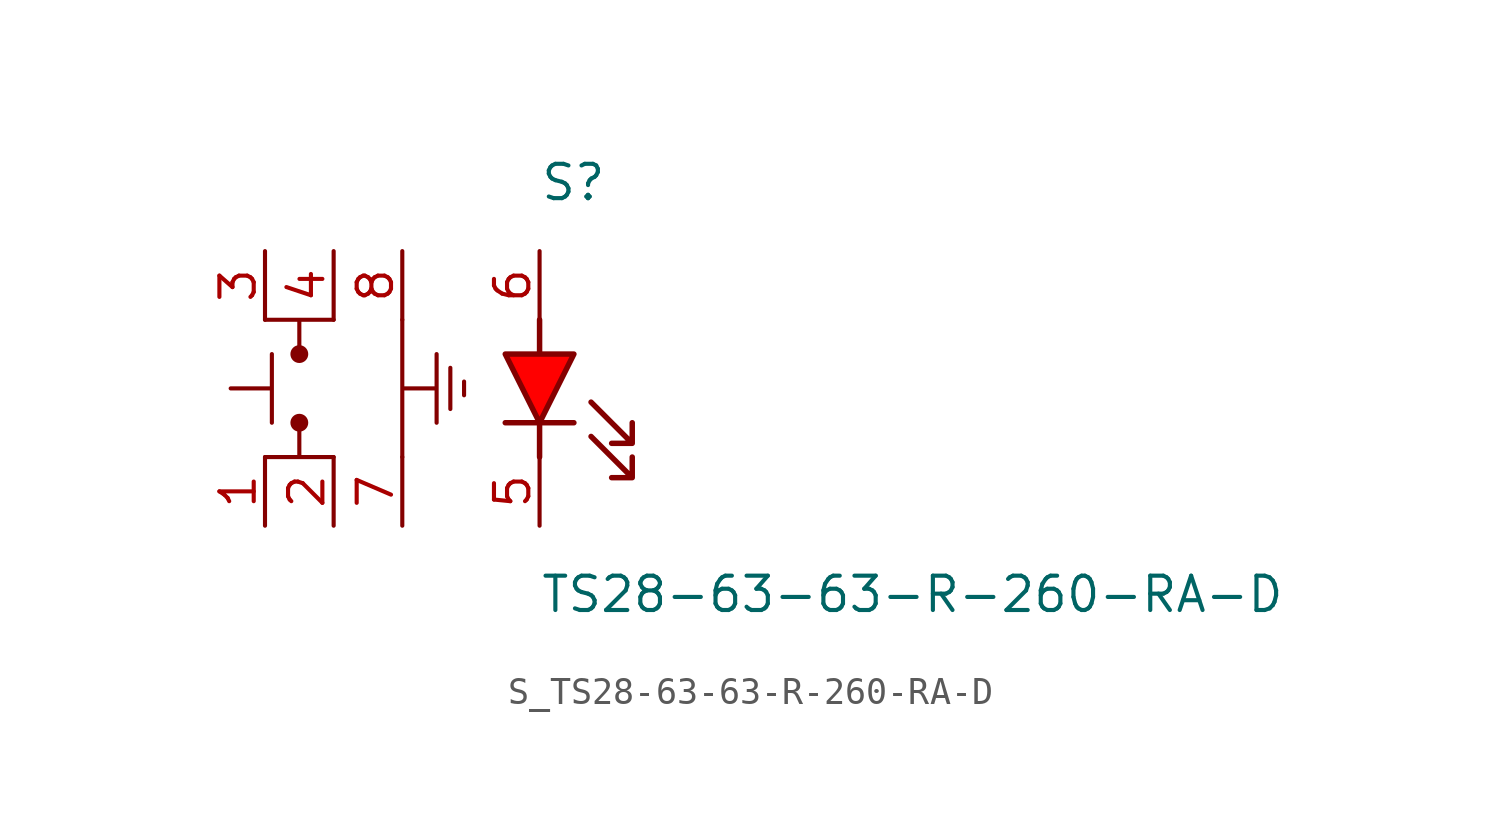
<source format=kicad_sym>
(kicad_symbol_lib
  (version 20231120)
  (generator kicad_symbol_editor)
  (generator_version 8.0)
  (symbol "S_TS28-63-63-R-260-RA-D"
    (pin_names
      (offset 0.254))
    (property "Reference" "S"
      (at 5.08 7.62 0)
      (effects (font (size 1.27 1.27)) (justify left)))
    (property "Value" "TS28-63-63-R-260-RA-D"
      (at 5.08 -7.62 0)
      (effects (font (size 1.27 1.27)) (justify left)))
    (symbol "S_TS28-63-63-R-260-RA-D_0_0"
      (pin unspecified line (at -5.08 5.08 270) (length 2.54) (name "" (effects (font (size 1.27 1.27)))) (number "3" (effects (font (size 1.27 1.27)))))
      (pin unspecified line (at -2.54 5.08 270) (length 2.54) (name "" (effects (font (size 1.27 1.27)))) (number "4" (effects (font (size 1.27 1.27)))))
      (pin unspecified line (at 0 5.08 270) (length 2.54) (name "" (effects (font (size 1.27 1.27)))) (number "8" (effects (font (size 1.27 1.27)))))
      (pin unspecified line (at 5.08 5.08 270) (length 2.54) (name "" (effects (font (size 1.27 1.27)))) (number "6" (effects (font (size 1.27 1.27)))))
      (pin unspecified line (at -5.08 -5.08 90) (length 2.54) (name "" (effects (font (size 1.27 1.27)))) (number "1" (effects (font (size 1.27 1.27)))))
      (pin unspecified line (at -2.54 -5.08 90) (length 2.54) (name "" (effects (font (size 1.27 1.27)))) (number "2" (effects (font (size 1.27 1.27)))))
      (pin unspecified line (at 0 -5.08 90) (length 2.54) (name "" (effects (font (size 1.27 1.27)))) (number "7" (effects (font (size 1.27 1.27)))))
      (pin unspecified line (at 5.08 -5.08 90) (length 2.54) (name "" (effects (font (size 1.27 1.27)))) (number "5" (effects (font (size 1.27 1.27)))))
      (polyline (pts (xy -4.826 1.27) (xy -4.826 -1.27) (xy -4.826 0) (xy -6.35 0)) (stroke (width 0) (type default)) (fill (type none)))
      (circle (center -3.81 1.27) (radius 0.254) (stroke (width 0) (type solid)) (fill (type outline)))
      (circle (center -3.81 -1.27) (radius 0.254) (stroke (width 0) (type solid)) (fill (type outline)))
      (polyline (pts (xy -2.54 2.54) (xy -5.08 2.54) (xy -3.81 2.54) (xy -3.81 1.27)) (stroke (width 0) (type default)) (fill (type none)))
      (polyline (pts (xy -2.54 -2.54) (xy -5.08 -2.54) (xy -3.81 -2.54) (xy -3.81 -1.27)) (stroke (width 0) (type default)) (fill (type none)))
      (polyline (pts (xy 5.08 -2.54) (xy 5.08 -1.27) (xy 6.35 -1.27) (xy 5.08 -1.27) (xy 6.35 1.27) (xy 5.08 1.27) (xy 5.08 2.54) (xy 5.08 1.27) (xy 3.81 1.27) (xy 5.08 -1.27) (xy 3.81 -1.27) (xy 5.08 -1.27) (xy 5.08 -2.54)) (stroke (width 0.203) (type solid)) (fill (type color) (color 255 0 0 1)))
      (polyline (pts (xy 6.985 -0.508) (xy 8.509 -2.032) (xy 8.509 -1.27) (xy 8.509 -2.032) (xy 7.747 -2.032)) (stroke (width 0.203) (type default)) (fill (type none)))
      (polyline (pts (xy 6.985 -1.778) (xy 8.509 -3.302) (xy 8.509 -2.54) (xy 8.509 -3.302) (xy 7.747 -3.302)) (stroke (width 0.203) (type default)) (fill (type none)))
      (polyline (pts (xy 0 2.54) (xy 0 -2.54) (xy 0 0) (xy 1.27 0) (xy 1.27 1.27) (xy 1.27 -1.27)) (stroke (width 0) (type default)) (fill (type none)))
      (polyline (pts (xy 1.778 -0.762) (xy 1.778 0.762)) (stroke (width 0) (type default)) (fill (type none)))
      (polyline (pts (xy 2.286 -0.254) (xy 2.286 0.254)) (stroke (width 0) (type default)) (fill (type none))))
    (symbol "S_TS28-63-63-R-260-RA-D_1_0")))
</source>
